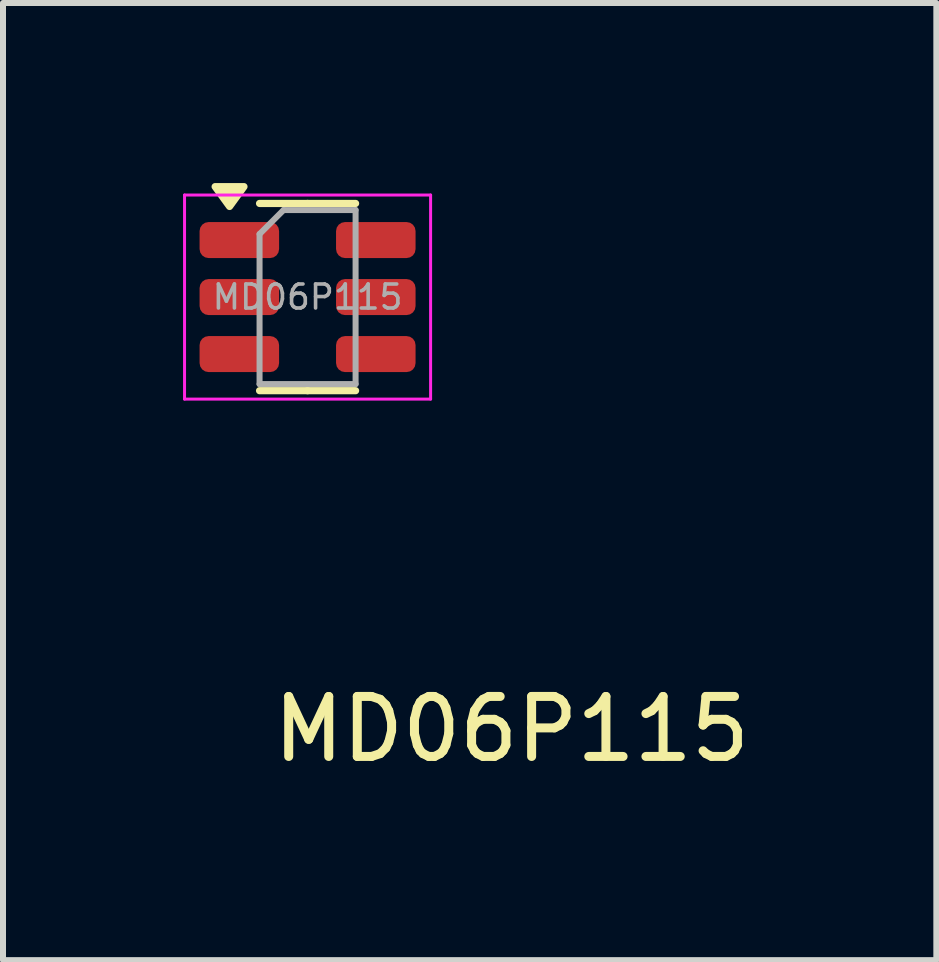
<source format=kicad_pcb>
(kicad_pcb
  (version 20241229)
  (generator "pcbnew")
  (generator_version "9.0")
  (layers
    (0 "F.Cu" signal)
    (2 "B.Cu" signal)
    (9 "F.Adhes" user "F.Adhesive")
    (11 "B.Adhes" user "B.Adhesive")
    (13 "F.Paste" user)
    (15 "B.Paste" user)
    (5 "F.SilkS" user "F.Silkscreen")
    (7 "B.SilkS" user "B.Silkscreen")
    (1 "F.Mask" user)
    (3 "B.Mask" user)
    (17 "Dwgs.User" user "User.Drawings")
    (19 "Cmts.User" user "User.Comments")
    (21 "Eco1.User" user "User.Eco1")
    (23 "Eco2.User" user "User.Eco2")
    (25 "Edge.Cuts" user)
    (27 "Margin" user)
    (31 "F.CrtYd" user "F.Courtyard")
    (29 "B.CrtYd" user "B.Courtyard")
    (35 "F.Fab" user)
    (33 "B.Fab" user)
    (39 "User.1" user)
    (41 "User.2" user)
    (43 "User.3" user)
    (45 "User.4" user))
  (footprint "MD06P115"
    (layer "F.Cu")
    (at 2.075 1.9)
    (property "Reference" "MD06P115" (at 3.4 7.2 0) (unlocked yes) (layer "F.SilkS") (effects (font (size 1 1) (thickness 0.15))))
    (attr through_hole)
    (fp_line (start 0 -1.56) (end -0.8 -1.56) (stroke (width 0.12) (type solid)) (layer "F.SilkS"))
    (fp_line (start 0 -1.56) (end 0.8 -1.56) (stroke (width 0.12) (type solid)) (layer "F.SilkS"))
    (fp_line (start 0 1.56) (end -0.8 1.56) (stroke (width 0.12) (type solid)) (layer "F.SilkS"))
    (fp_line (start 0 1.56) (end 0.8 1.56) (stroke (width 0.12) (type solid)) (layer "F.SilkS"))
    (fp_poly (pts (xy -1.3 -1.51) (xy -1.54 -1.84) (xy -1.06 -1.84) (xy -1.3 -1.51)) (stroke (width 0.12) (type solid)) (fill yes) (layer "F.SilkS"))
    (fp_line (start -2.05 -1.7) (end -2.05 1.7) (stroke (width 0.05) (type solid)) (layer "F.CrtYd"))
    (fp_line (start -2.05 1.7) (end 2.05 1.7) (stroke (width 0.05) (type solid)) (layer "F.CrtYd"))
    (fp_line (start 2.05 -1.7) (end -2.05 -1.7) (stroke (width 0.05) (type solid)) (layer "F.CrtYd"))
    (fp_line (start 2.05 1.7) (end 2.05 -1.7) (stroke (width 0.05) (type solid)) (layer "F.CrtYd"))
    (fp_line (start -0.8 -1.05) (end -0.4 -1.45) (stroke (width 0.1) (type solid)) (layer "F.Fab"))
    (fp_line (start -0.8 1.45) (end -0.8 -1.05) (stroke (width 0.1) (type solid)) (layer "F.Fab"))
    (fp_line (start -0.4 -1.45) (end 0.8 -1.45) (stroke (width 0.1) (type solid)) (layer "F.Fab"))
    (fp_line (start 0.8 -1.45) (end 0.8 1.45) (stroke (width 0.1) (type solid)) (layer "F.Fab"))
    (fp_line (start 0.8 1.45) (end -0.8 1.45) (stroke (width 0.1) (type solid)) (layer "F.Fab"))
    (fp_text user "${REFERENCE}" (at 0 0 0) (layer "F.Fab") (effects (font (size 0.4 0.4) (thickness 0.06))))
    (pad "1" smd roundrect (at -1.137 -0.95) (size 1.325 0.6) (layers "F.Cu" "F.Mask" "F.Paste") (roundrect_rratio 0.25))
    (pad "1" smd roundrect (at -1.137 0) (size 1.325 0.6) (layers "F.Cu" "F.Mask" "F.Paste") (roundrect_rratio 0.25))
    (pad "1" smd roundrect (at 1.137 -0.95) (size 1.325 0.6) (layers "F.Cu" "F.Mask" "F.Paste") (roundrect_rratio 0.25))
    (pad "1" smd roundrect (at 1.137 0) (size 1.325 0.6) (layers "F.Cu" "F.Mask" "F.Paste") (roundrect_rratio 0.25))
    (pad "2" smd roundrect (at -1.137 0.95) (size 1.325 0.6) (layers "F.Cu" "F.Mask" "F.Paste") (roundrect_rratio 0.25))
    (pad "3" smd roundrect (at 1.137 0.95) (size 1.325 0.6) (layers "F.Cu" "F.Mask" "F.Paste") (roundrect_rratio 0.25)))
  (gr_rect
    (start -3 -3)
    (end 12.552 12.948)
    (stroke (width 0.1) (type default))
    (fill no)
    (layer "Edge.Cuts")))
</source>
